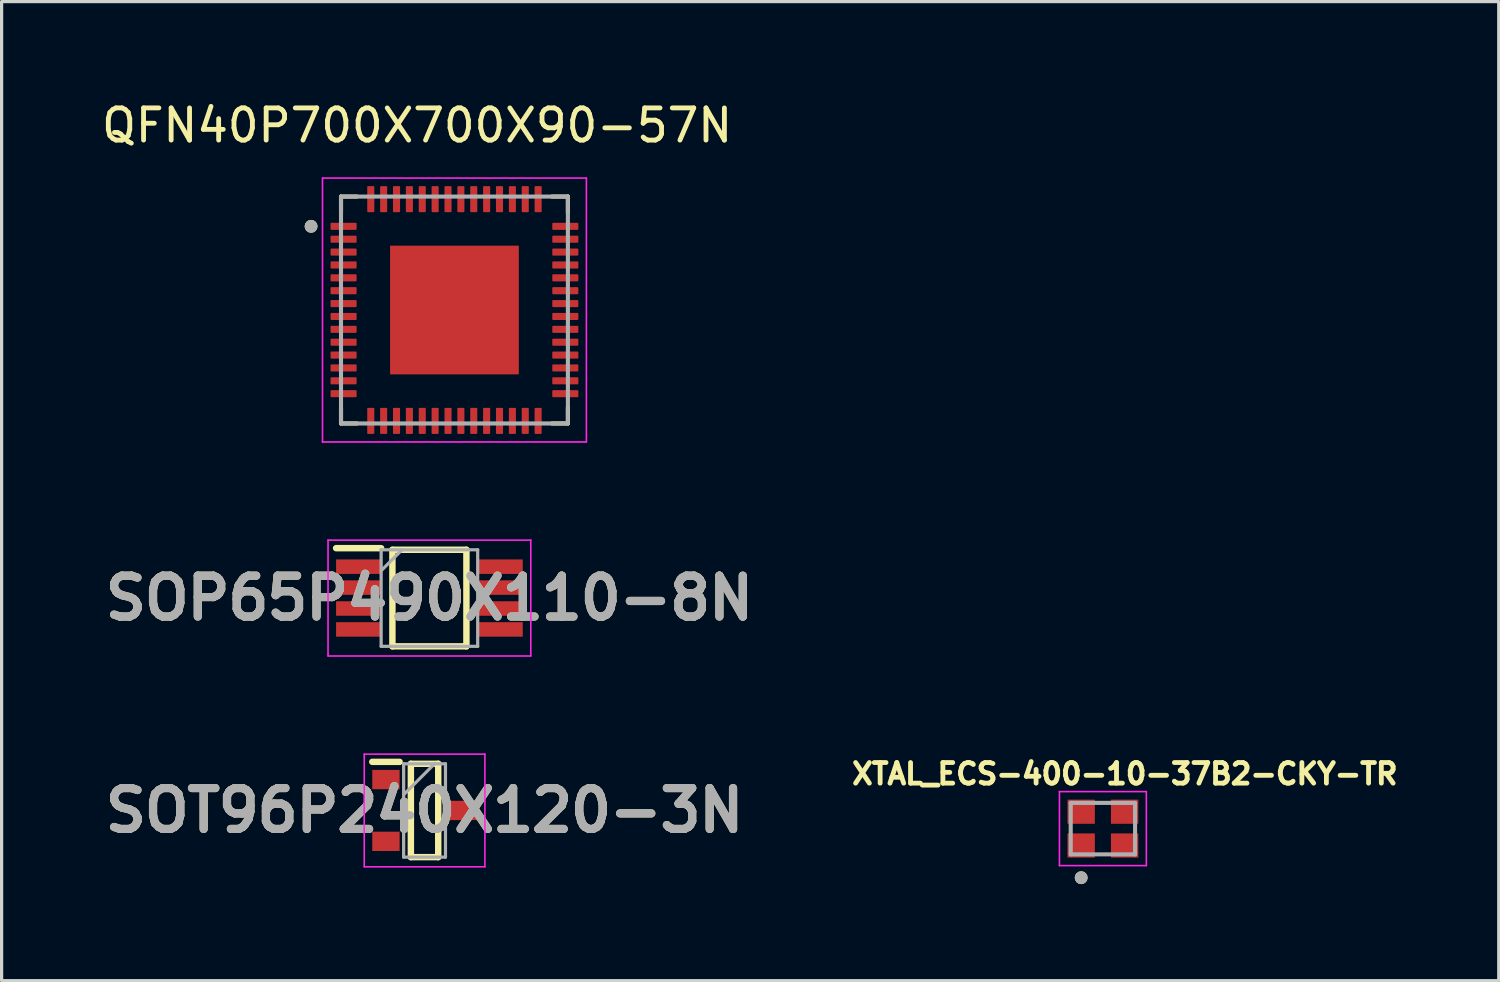
<source format=kicad_pcb>
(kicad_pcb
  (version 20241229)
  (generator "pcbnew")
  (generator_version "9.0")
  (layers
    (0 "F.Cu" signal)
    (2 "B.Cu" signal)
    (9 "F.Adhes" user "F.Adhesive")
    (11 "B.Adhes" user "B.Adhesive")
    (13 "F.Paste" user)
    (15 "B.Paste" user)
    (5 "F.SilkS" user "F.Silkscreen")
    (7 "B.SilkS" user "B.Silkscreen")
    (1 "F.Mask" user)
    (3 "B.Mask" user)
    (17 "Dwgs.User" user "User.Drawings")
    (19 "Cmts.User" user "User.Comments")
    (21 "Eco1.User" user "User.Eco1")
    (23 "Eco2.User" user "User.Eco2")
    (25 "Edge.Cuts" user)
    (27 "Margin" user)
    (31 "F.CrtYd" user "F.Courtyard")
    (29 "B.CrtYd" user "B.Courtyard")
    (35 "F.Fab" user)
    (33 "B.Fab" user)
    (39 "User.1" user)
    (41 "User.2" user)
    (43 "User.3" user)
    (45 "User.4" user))
  (footprint "XTAL_ECS-400-10-37B2-CKY-TR"
    (layer "F.Cu")
    (at 31.22 22.697)
    (property "Reference" "XTAL_ECS-400-10-37B2-CKY-TR" (at 0.682 -1.701 0) (layer "F.SilkS") (effects (font (size 0.64 0.64) (thickness 0.15))))
    (attr smd)
    (fp_circle (center -0.675 1.525) (end -0.575 1.525) (stroke (width 0.2) (type solid)) (fill no) (layer "F.SilkS"))
    (fp_line (start -1.35 -1.15) (end -1.35 1.15) (stroke (width 0.05) (type solid)) (layer "F.CrtYd"))
    (fp_line (start -1.35 1.15) (end 1.35 1.15) (stroke (width 0.05) (type solid)) (layer "F.CrtYd"))
    (fp_line (start 1.35 -1.15) (end -1.35 -1.15) (stroke (width 0.05) (type solid)) (layer "F.CrtYd"))
    (fp_line (start 1.35 1.15) (end 1.35 -1.15) (stroke (width 0.05) (type solid)) (layer "F.CrtYd"))
    (fp_line (start -1 -0.8) (end 1 -0.8) (stroke (width 0.127) (type solid)) (layer "F.Fab"))
    (fp_line (start -1 0.8) (end -1 -0.8) (stroke (width 0.127) (type solid)) (layer "F.Fab"))
    (fp_line (start 1 -0.8) (end 1 0.8) (stroke (width 0.127) (type solid)) (layer "F.Fab"))
    (fp_line (start 1 0.8) (end -1 0.8) (stroke (width 0.127) (type solid)) (layer "F.Fab"))
    (fp_circle (center -0.675 1.525) (end -0.575 1.525) (stroke (width 0.2) (type solid)) (fill no) (layer "F.Fab"))
    (pad "1" smd rect (at -0.675 0.525) (size 0.85 0.75) (layers "F.Cu" "F.Mask" "F.Paste"))
    (pad "2" smd rect (at 0.675 0.525) (size 0.85 0.75) (layers "F.Cu" "F.Mask" "F.Paste"))
    (pad "3" smd rect (at 0.675 -0.525) (size 0.85 0.75) (layers "F.Cu" "F.Mask" "F.Paste"))
    (pad "4" smd rect (at -0.675 -0.525) (size 0.85 0.75) (layers "F.Cu" "F.Mask" "F.Paste")))
  (footprint "QFN40P700X700X90-57N"
    (layer "F.Cu")
    (at 11.071 6.583)
    (property "Reference" "QFN40P700X700X90-57N" (at -1.16 -5.735 0) (layer "F.SilkS") (effects (font (size 1 1) (thickness 0.15))))
    (attr smd)
    (fp_line (start -3.525 -3.525) (end -3.525 -3.03) (stroke (width 0.127) (type solid)) (layer "F.SilkS"))
    (fp_line (start -3.525 -3.525) (end -3.03 -3.525) (stroke (width 0.127) (type solid)) (layer "F.SilkS"))
    (fp_line (start -3.525 3.525) (end -3.525 3.03) (stroke (width 0.127) (type solid)) (layer "F.SilkS"))
    (fp_line (start -3.525 3.525) (end -3.03 3.525) (stroke (width 0.127) (type solid)) (layer "F.SilkS"))
    (fp_line (start 3.525 -3.525) (end 3.03 -3.525) (stroke (width 0.127) (type solid)) (layer "F.SilkS"))
    (fp_line (start 3.525 -3.525) (end 3.525 -3.03) (stroke (width 0.127) (type solid)) (layer "F.SilkS"))
    (fp_line (start 3.525 3.525) (end 3.03 3.525) (stroke (width 0.127) (type solid)) (layer "F.SilkS"))
    (fp_line (start 3.525 3.525) (end 3.525 3.03) (stroke (width 0.127) (type solid)) (layer "F.SilkS"))
    (fp_circle (center -4.455 -2.6) (end -4.355 -2.6) (stroke (width 0.2) (type solid)) (fill no) (layer "F.SilkS"))
    (fp_poly (pts (xy -1.63 -1.63) (xy -0.37 -1.63) (xy -0.37 -0.37) (xy -1.63 -0.37)) (stroke (width 0.01) (type solid)) (fill yes) (layer "F.Paste"))
    (fp_poly (pts (xy -1.63 0.37) (xy -0.37 0.37) (xy -0.37 1.63) (xy -1.63 1.63)) (stroke (width 0.01) (type solid)) (fill yes) (layer "F.Paste"))
    (fp_poly (pts (xy 0.37 -1.63) (xy 1.63 -1.63) (xy 1.63 -0.37) (xy 0.37 -0.37)) (stroke (width 0.01) (type solid)) (fill yes) (layer "F.Paste"))
    (fp_poly (pts (xy 0.37 0.37) (xy 1.63 0.37) (xy 1.63 1.63) (xy 0.37 1.63)) (stroke (width 0.01) (type solid)) (fill yes) (layer "F.Paste"))
    (fp_line (start -4.1 -4.1) (end 4.1 -4.1) (stroke (width 0.05) (type solid)) (layer "F.CrtYd"))
    (fp_line (start -4.1 4.1) (end -4.1 -4.1) (stroke (width 0.05) (type solid)) (layer "F.CrtYd"))
    (fp_line (start -4.1 4.1) (end 4.1 4.1) (stroke (width 0.05) (type solid)) (layer "F.CrtYd"))
    (fp_line (start 4.1 4.1) (end 4.1 -4.1) (stroke (width 0.05) (type solid)) (layer "F.CrtYd"))
    (fp_line (start -3.525 3.525) (end -3.525 -3.525) (stroke (width 0.127) (type solid)) (layer "F.Fab"))
    (fp_line (start 3.525 -3.525) (end -3.525 -3.525) (stroke (width 0.127) (type solid)) (layer "F.Fab"))
    (fp_line (start 3.525 3.525) (end -3.525 3.525) (stroke (width 0.127) (type solid)) (layer "F.Fab"))
    (fp_line (start 3.525 3.525) (end 3.525 -3.525) (stroke (width 0.127) (type solid)) (layer "F.Fab"))
    (fp_circle (center -4.455 -2.6) (end -4.355 -2.6) (stroke (width 0.2) (type solid)) (fill no) (layer "F.Fab"))
    (pad "1" smd roundrect (at -3.445 -2.6) (size 0.81 0.22) (layers "F.Cu" "F.Mask" "F.Paste") (roundrect_rratio 0.125))
    (pad "2" smd roundrect (at -3.445 -2.2) (size 0.81 0.22) (layers "F.Cu" "F.Mask" "F.Paste") (roundrect_rratio 0.125))
    (pad "3" smd roundrect (at -3.445 -1.8) (size 0.81 0.22) (layers "F.Cu" "F.Mask" "F.Paste") (roundrect_rratio 0.125))
    (pad "4" smd roundrect (at -3.445 -1.4) (size 0.81 0.22) (layers "F.Cu" "F.Mask" "F.Paste") (roundrect_rratio 0.125))
    (pad "5" smd roundrect (at -3.445 -1) (size 0.81 0.22) (layers "F.Cu" "F.Mask" "F.Paste") (roundrect_rratio 0.125))
    (pad "6" smd roundrect (at -3.445 -0.6) (size 0.81 0.22) (layers "F.Cu" "F.Mask" "F.Paste") (roundrect_rratio 0.125))
    (pad "7" smd roundrect (at -3.445 -0.2) (size 0.81 0.22) (layers "F.Cu" "F.Mask" "F.Paste") (roundrect_rratio 0.125))
    (pad "8" smd roundrect (at -3.445 0.2) (size 0.81 0.22) (layers "F.Cu" "F.Mask" "F.Paste") (roundrect_rratio 0.125))
    (pad "9" smd roundrect (at -3.445 0.6) (size 0.81 0.22) (layers "F.Cu" "F.Mask" "F.Paste") (roundrect_rratio 0.125))
    (pad "10" smd roundrect (at -3.445 1) (size 0.81 0.22) (layers "F.Cu" "F.Mask" "F.Paste") (roundrect_rratio 0.125))
    (pad "11" smd roundrect (at -3.445 1.4) (size 0.81 0.22) (layers "F.Cu" "F.Mask" "F.Paste") (roundrect_rratio 0.125))
    (pad "12" smd roundrect (at -3.445 1.8) (size 0.81 0.22) (layers "F.Cu" "F.Mask" "F.Paste") (roundrect_rratio 0.125))
    (pad "13" smd roundrect (at -3.445 2.2) (size 0.81 0.22) (layers "F.Cu" "F.Mask" "F.Paste") (roundrect_rratio 0.125))
    (pad "14" smd roundrect (at -3.445 2.6) (size 0.81 0.22) (layers "F.Cu" "F.Mask" "F.Paste") (roundrect_rratio 0.125))
    (pad "15" smd roundrect (at -2.6 3.445) (size 0.22 0.81) (layers "F.Cu" "F.Mask" "F.Paste") (roundrect_rratio 0.125))
    (pad "16" smd roundrect (at -2.2 3.445) (size 0.22 0.81) (layers "F.Cu" "F.Mask" "F.Paste") (roundrect_rratio 0.125))
    (pad "17" smd roundrect (at -1.8 3.445) (size 0.22 0.81) (layers "F.Cu" "F.Mask" "F.Paste") (roundrect_rratio 0.125))
    (pad "18" smd roundrect (at -1.4 3.445) (size 0.22 0.81) (layers "F.Cu" "F.Mask" "F.Paste") (roundrect_rratio 0.125))
    (pad "19" smd roundrect (at -1 3.445) (size 0.22 0.81) (layers "F.Cu" "F.Mask" "F.Paste") (roundrect_rratio 0.125))
    (pad "20" smd roundrect (at -0.6 3.445) (size 0.22 0.81) (layers "F.Cu" "F.Mask" "F.Paste") (roundrect_rratio 0.125))
    (pad "21" smd roundrect (at -0.2 3.445) (size 0.22 0.81) (layers "F.Cu" "F.Mask" "F.Paste") (roundrect_rratio 0.125))
    (pad "22" smd roundrect (at 0.2 3.445) (size 0.22 0.81) (layers "F.Cu" "F.Mask" "F.Paste") (roundrect_rratio 0.125))
    (pad "23" smd roundrect (at 0.6 3.445) (size 0.22 0.81) (layers "F.Cu" "F.Mask" "F.Paste") (roundrect_rratio 0.125))
    (pad "24" smd roundrect (at 1 3.445) (size 0.22 0.81) (layers "F.Cu" "F.Mask" "F.Paste") (roundrect_rratio 0.125))
    (pad "25" smd roundrect (at 1.4 3.445) (size 0.22 0.81) (layers "F.Cu" "F.Mask" "F.Paste") (roundrect_rratio 0.125))
    (pad "26" smd roundrect (at 1.8 3.445) (size 0.22 0.81) (layers "F.Cu" "F.Mask" "F.Paste") (roundrect_rratio 0.125))
    (pad "27" smd roundrect (at 2.2 3.445) (size 0.22 0.81) (layers "F.Cu" "F.Mask" "F.Paste") (roundrect_rratio 0.125))
    (pad "28" smd roundrect (at 2.6 3.445) (size 0.22 0.81) (layers "F.Cu" "F.Mask" "F.Paste") (roundrect_rratio 0.125))
    (pad "29" smd roundrect (at 3.445 2.6) (size 0.81 0.22) (layers "F.Cu" "F.Mask" "F.Paste") (roundrect_rratio 0.125))
    (pad "30" smd roundrect (at 3.445 2.2) (size 0.81 0.22) (layers "F.Cu" "F.Mask" "F.Paste") (roundrect_rratio 0.125))
    (pad "31" smd roundrect (at 3.445 1.8) (size 0.81 0.22) (layers "F.Cu" "F.Mask" "F.Paste") (roundrect_rratio 0.125))
    (pad "32" smd roundrect (at 3.445 1.4) (size 0.81 0.22) (layers "F.Cu" "F.Mask" "F.Paste") (roundrect_rratio 0.125))
    (pad "33" smd roundrect (at 3.445 1) (size 0.81 0.22) (layers "F.Cu" "F.Mask" "F.Paste") (roundrect_rratio 0.125))
    (pad "34" smd roundrect (at 3.445 0.6) (size 0.81 0.22) (layers "F.Cu" "F.Mask" "F.Paste") (roundrect_rratio 0.125))
    (pad "35" smd roundrect (at 3.445 0.2) (size 0.81 0.22) (layers "F.Cu" "F.Mask" "F.Paste") (roundrect_rratio 0.125))
    (pad "36" smd roundrect (at 3.445 -0.2) (size 0.81 0.22) (layers "F.Cu" "F.Mask" "F.Paste") (roundrect_rratio 0.125))
    (pad "37" smd roundrect (at 3.445 -0.6) (size 0.81 0.22) (layers "F.Cu" "F.Mask" "F.Paste") (roundrect_rratio 0.125))
    (pad "38" smd roundrect (at 3.445 -1) (size 0.81 0.22) (layers "F.Cu" "F.Mask" "F.Paste") (roundrect_rratio 0.125))
    (pad "39" smd roundrect (at 3.445 -1.4) (size 0.81 0.22) (layers "F.Cu" "F.Mask" "F.Paste") (roundrect_rratio 0.125))
    (pad "40" smd roundrect (at 3.445 -1.8) (size 0.81 0.22) (layers "F.Cu" "F.Mask" "F.Paste") (roundrect_rratio 0.125))
    (pad "41" smd roundrect (at 3.445 -2.2) (size 0.81 0.22) (layers "F.Cu" "F.Mask" "F.Paste") (roundrect_rratio 0.125))
    (pad "42" smd roundrect (at 3.445 -2.6) (size 0.81 0.22) (layers "F.Cu" "F.Mask" "F.Paste") (roundrect_rratio 0.125))
    (pad "43" smd roundrect (at 2.6 -3.445) (size 0.22 0.81) (layers "F.Cu" "F.Mask" "F.Paste") (roundrect_rratio 0.125))
    (pad "44" smd roundrect (at 2.2 -3.445) (size 0.22 0.81) (layers "F.Cu" "F.Mask" "F.Paste") (roundrect_rratio 0.125))
    (pad "45" smd roundrect (at 1.8 -3.445) (size 0.22 0.81) (layers "F.Cu" "F.Mask" "F.Paste") (roundrect_rratio 0.125))
    (pad "46" smd roundrect (at 1.4 -3.445) (size 0.22 0.81) (layers "F.Cu" "F.Mask" "F.Paste") (roundrect_rratio 0.125))
    (pad "47" smd roundrect (at 1 -3.445) (size 0.22 0.81) (layers "F.Cu" "F.Mask" "F.Paste") (roundrect_rratio 0.125))
    (pad "48" smd roundrect (at 0.6 -3.445) (size 0.22 0.81) (layers "F.Cu" "F.Mask" "F.Paste") (roundrect_rratio 0.125))
    (pad "49" smd roundrect (at 0.2 -3.445) (size 0.22 0.81) (layers "F.Cu" "F.Mask" "F.Paste") (roundrect_rratio 0.125))
    (pad "50" smd roundrect (at -0.2 -3.445) (size 0.22 0.81) (layers "F.Cu" "F.Mask" "F.Paste") (roundrect_rratio 0.125))
    (pad "51" smd roundrect (at -0.6 -3.445) (size 0.22 0.81) (layers "F.Cu" "F.Mask" "F.Paste") (roundrect_rratio 0.125))
    (pad "52" smd roundrect (at -1 -3.445) (size 0.22 0.81) (layers "F.Cu" "F.Mask" "F.Paste") (roundrect_rratio 0.125))
    (pad "53" smd roundrect (at -1.4 -3.445) (size 0.22 0.81) (layers "F.Cu" "F.Mask" "F.Paste") (roundrect_rratio 0.125))
    (pad "54" smd roundrect (at -1.8 -3.445) (size 0.22 0.81) (layers "F.Cu" "F.Mask" "F.Paste") (roundrect_rratio 0.125))
    (pad "55" smd roundrect (at -2.2 -3.445) (size 0.22 0.81) (layers "F.Cu" "F.Mask" "F.Paste") (roundrect_rratio 0.125))
    (pad "56" smd roundrect (at -2.6 -3.445) (size 0.22 0.81) (layers "F.Cu" "F.Mask" "F.Paste") (roundrect_rratio 0.125))
    (pad "57" smd rect (at 0 0) (size 4 4) (layers "F.Cu" "F.Mask")))
  (footprint "SOT96P240X120-3N"
    (layer "F.Cu")
    (at 10.142 22.133)
    (property "Reference" "SOT96P240X120-3N" (at 0 0 0) (layer "F.SilkS") (effects (font (size 1.27 1.27) (thickness 0.254))))
    (attr smd)
    (fp_line (start -1.625 -1.51) (end -0.775 -1.51) (stroke (width 0.2) (type solid)) (layer "F.SilkS"))
    (fp_line (start -0.425 -1.45) (end 0.425 -1.45) (stroke (width 0.2) (type solid)) (layer "F.SilkS"))
    (fp_line (start -0.425 1.45) (end -0.425 -1.45) (stroke (width 0.2) (type solid)) (layer "F.SilkS"))
    (fp_line (start 0.425 -1.45) (end 0.425 1.45) (stroke (width 0.2) (type solid)) (layer "F.SilkS"))
    (fp_line (start 0.425 1.45) (end -0.425 1.45) (stroke (width 0.2) (type solid)) (layer "F.SilkS"))
    (fp_line (start -1.875 -1.75) (end 1.875 -1.75) (stroke (width 0.05) (type solid)) (layer "F.CrtYd"))
    (fp_line (start -1.875 1.75) (end -1.875 -1.75) (stroke (width 0.05) (type solid)) (layer "F.CrtYd"))
    (fp_line (start 1.875 -1.75) (end 1.875 1.75) (stroke (width 0.05) (type solid)) (layer "F.CrtYd"))
    (fp_line (start 1.875 1.75) (end -1.875 1.75) (stroke (width 0.05) (type solid)) (layer "F.CrtYd"))
    (fp_line (start -0.65 -1.45) (end 0.65 -1.45) (stroke (width 0.1) (type solid)) (layer "F.Fab"))
    (fp_line (start -0.65 -0.49) (end 0.31 -1.45) (stroke (width 0.1) (type solid)) (layer "F.Fab"))
    (fp_line (start -0.65 1.45) (end -0.65 -1.45) (stroke (width 0.1) (type solid)) (layer "F.Fab"))
    (fp_line (start 0.65 -1.45) (end 0.65 1.45) (stroke (width 0.1) (type solid)) (layer "F.Fab"))
    (fp_line (start 0.65 1.45) (end -0.65 1.45) (stroke (width 0.1) (type solid)) (layer "F.Fab"))
    (fp_text user "${REFERENCE}" (at 0 0 0) (layer "F.Fab") (effects (font (size 1.27 1.27) (thickness 0.254))))
    (pad "1" smd rect (at -1.2 -0.96 90) (size 0.6 0.85) (layers "F.Cu" "F.Mask" "F.Paste"))
    (pad "2" smd rect (at -1.2 0.96 90) (size 0.6 0.85) (layers "F.Cu" "F.Mask" "F.Paste"))
    (pad "3" smd rect (at 1.2 0 90) (size 0.6 0.85) (layers "F.Cu" "F.Mask" "F.Paste")))
  (footprint "SOP65P490X110-8N"
    (layer "F.Cu")
    (at 10.293 15.533)
    (property "Reference" "SOP65P490X110-8N" (at 0 0 0) (layer "F.SilkS") (effects (font (size 1.27 1.27) (thickness 0.254))))
    (attr smd)
    (fp_line (start -2.9 -1.55) (end -1.5 -1.55) (stroke (width 0.2) (type solid)) (layer "F.SilkS"))
    (fp_line (start -1.15 -1.5) (end 1.15 -1.5) (stroke (width 0.2) (type solid)) (layer "F.SilkS"))
    (fp_line (start -1.15 1.5) (end -1.15 -1.5) (stroke (width 0.2) (type solid)) (layer "F.SilkS"))
    (fp_line (start 1.15 -1.5) (end 1.15 1.5) (stroke (width 0.2) (type solid)) (layer "F.SilkS"))
    (fp_line (start 1.15 1.5) (end -1.15 1.5) (stroke (width 0.2) (type solid)) (layer "F.SilkS"))
    (fp_line (start -3.15 -1.8) (end 3.15 -1.8) (stroke (width 0.05) (type solid)) (layer "F.CrtYd"))
    (fp_line (start -3.15 1.8) (end -3.15 -1.8) (stroke (width 0.05) (type solid)) (layer "F.CrtYd"))
    (fp_line (start 3.15 -1.8) (end 3.15 1.8) (stroke (width 0.05) (type solid)) (layer "F.CrtYd"))
    (fp_line (start 3.15 1.8) (end -3.15 1.8) (stroke (width 0.05) (type solid)) (layer "F.CrtYd"))
    (fp_line (start -1.5 -1.5) (end 1.5 -1.5) (stroke (width 0.1) (type solid)) (layer "F.Fab"))
    (fp_line (start -1.5 -0.85) (end -0.85 -1.5) (stroke (width 0.1) (type solid)) (layer "F.Fab"))
    (fp_line (start -1.5 1.5) (end -1.5 -1.5) (stroke (width 0.1) (type solid)) (layer "F.Fab"))
    (fp_line (start 1.5 -1.5) (end 1.5 1.5) (stroke (width 0.1) (type solid)) (layer "F.Fab"))
    (fp_line (start 1.5 1.5) (end -1.5 1.5) (stroke (width 0.1) (type solid)) (layer "F.Fab"))
    (fp_text user "${REFERENCE}" (at 0 0 0) (layer "F.Fab") (effects (font (size 1.27 1.27) (thickness 0.254))))
    (pad "1" smd rect (at -2.2 -0.975 90) (size 0.45 1.4) (layers "F.Cu" "F.Mask" "F.Paste"))
    (pad "2" smd rect (at -2.2 -0.325 90) (size 0.45 1.4) (layers "F.Cu" "F.Mask" "F.Paste"))
    (pad "3" smd rect (at -2.2 0.325 90) (size 0.45 1.4) (layers "F.Cu" "F.Mask" "F.Paste"))
    (pad "4" smd rect (at -2.2 0.975 90) (size 0.45 1.4) (layers "F.Cu" "F.Mask" "F.Paste"))
    (pad "5" smd rect (at 2.2 0.975 90) (size 0.45 1.4) (layers "F.Cu" "F.Mask" "F.Paste"))
    (pad "6" smd rect (at 2.2 0.325 90) (size 0.45 1.4) (layers "F.Cu" "F.Mask" "F.Paste"))
    (pad "7" smd rect (at 2.2 -0.325 90) (size 0.45 1.4) (layers "F.Cu" "F.Mask" "F.Paste"))
    (pad "8" smd rect (at 2.2 -0.975 90) (size 0.45 1.4) (layers "F.Cu" "F.Mask" "F.Paste")))
  (gr_rect
    (start -3 -3)
    (end 43.52 27.422)
    (stroke (width 0.1) (type default))
    (fill no)
    (layer "Edge.Cuts")))
</source>
